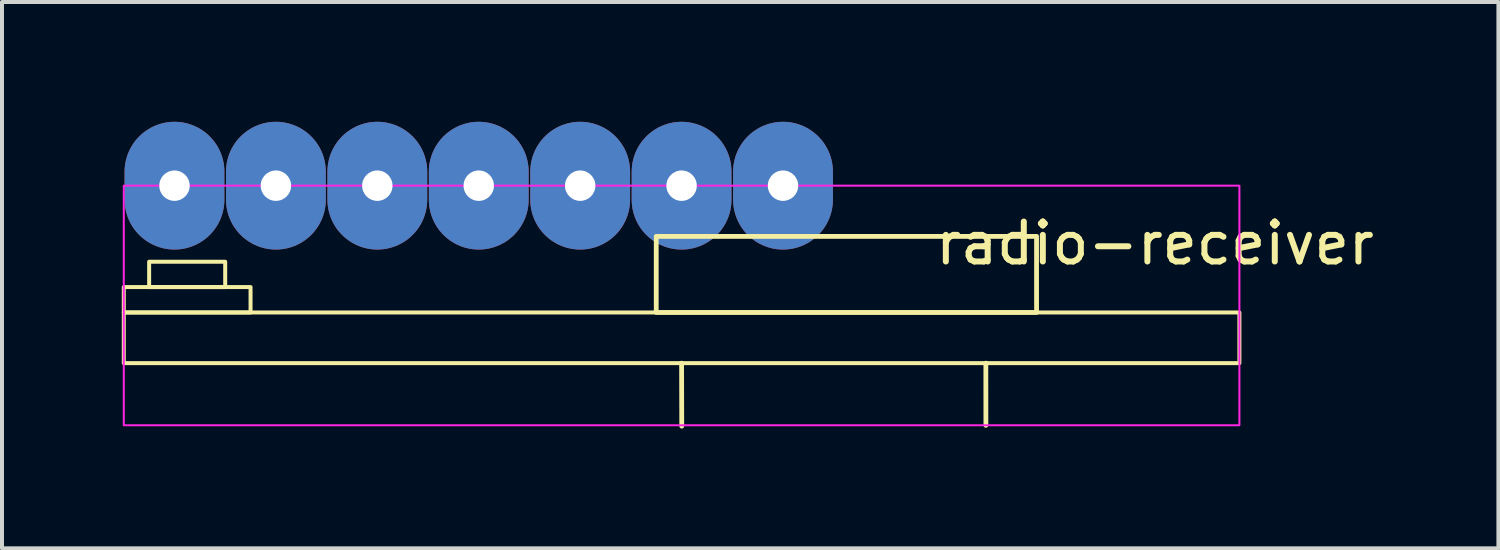
<source format=kicad_pcb>
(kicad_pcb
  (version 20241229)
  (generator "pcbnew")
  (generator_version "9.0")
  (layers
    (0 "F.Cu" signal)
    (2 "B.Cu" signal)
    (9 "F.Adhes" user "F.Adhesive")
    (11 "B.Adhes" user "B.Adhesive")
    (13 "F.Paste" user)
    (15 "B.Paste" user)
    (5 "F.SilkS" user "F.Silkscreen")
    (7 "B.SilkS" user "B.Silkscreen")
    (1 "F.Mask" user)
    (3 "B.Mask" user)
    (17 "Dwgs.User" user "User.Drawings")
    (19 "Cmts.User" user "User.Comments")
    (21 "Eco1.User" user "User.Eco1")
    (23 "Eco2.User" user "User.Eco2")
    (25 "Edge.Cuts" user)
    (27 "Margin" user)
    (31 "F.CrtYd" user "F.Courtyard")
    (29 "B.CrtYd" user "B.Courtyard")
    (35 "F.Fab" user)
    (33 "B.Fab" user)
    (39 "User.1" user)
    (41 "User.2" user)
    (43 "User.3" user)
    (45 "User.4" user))
  (footprint "radio-receiver"
    (layer "F.Cu")
    (at 1.32 1.6)
    (property "Reference" "radio-receiver" (at 24.556 1.444 0) (unlocked yes) (layer "F.SilkS") (effects (font (size 1 1) (thickness 0.15))))
    (attr through_hole)
    (fp_line (start 12.7 4.445) (end 12.704 6.023) (stroke (width 0.12) (type solid)) (layer "F.SilkS"))
    (fp_line (start 20.32 4.445) (end 20.321 6.003) (stroke (width 0.12) (type solid)) (layer "F.SilkS"))
    (fp_rect (start -1.27 3.175) (end 1.905 2.54) (stroke (width 0.1) (type solid)) (fill no) (layer "F.SilkS"))
    (fp_rect (start -1.27 4.445) (end 26.67 3.175) (stroke (width 0.1) (type solid)) (fill no) (layer "F.SilkS"))
    (fp_rect (start -0.635 2.54) (end 1.27 1.905) (stroke (width 0.1) (type solid)) (fill no) (layer "F.SilkS"))
    (fp_rect (start 21.59 3.175) (end 12.065 1.27) (stroke (width 0.12) (type solid)) (fill no) (layer "F.SilkS"))
    (fp_rect (start -1.27 0) (end 26.67 6) (stroke (width 0.05) (type default)) (fill no) (layer "F.CrtYd"))
    (pad "1" thru_hole oval (at 0 0 270) (size 3.2 2.5) (drill 0.762) (layers "*.Cu" "*.Mask"))
    (pad "2" thru_hole oval (at 2.54 0 270) (size 3.2 2.5) (drill 0.762) (layers "*.Cu" "*.Mask"))
    (pad "3" thru_hole oval (at 5.08 0 270) (size 3.2 2.5) (drill 0.762) (layers "*.Cu" "*.Mask"))
    (pad "4" thru_hole oval (at 7.62 0 270) (size 3.2 2.5) (drill 0.762) (layers "*.Cu" "*.Mask"))
    (pad "5" thru_hole oval (at 10.16 0 270) (size 3.2 2.5) (drill 0.762) (layers "*.Cu" "*.Mask"))
    (pad "6" thru_hole oval (at 12.7 0 270) (size 3.2 2.5) (drill 0.762) (layers "*.Cu" "*.Mask"))
    (pad "7" thru_hole oval (at 15.24 0 270) (size 3.2 2.5) (drill 0.762) (layers "*.Cu" "*.Mask")))
  (gr_rect
    (start -3 -3)
    (end 34.477 10.683)
    (stroke (width 0.1) (type default))
    (fill no)
    (layer "Edge.Cuts")))
</source>
